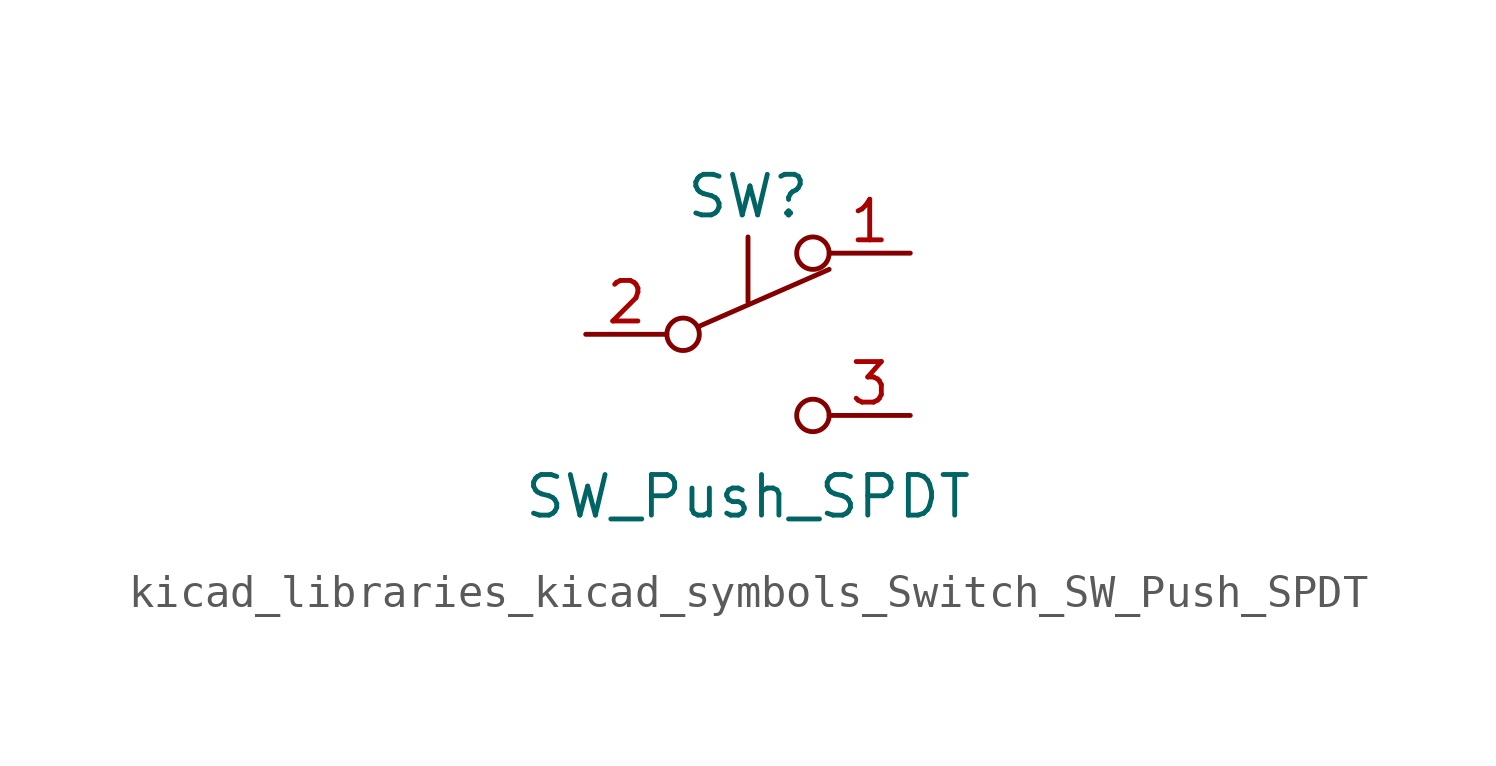
<source format=kicad_sym>
(kicad_symbol_lib
  (version 20220914)
  (generator kicad_symbol_editor)
  (symbol "kicad_libraries_kicad_symbols_Switch_SW_Push_SPDT"
    (pin_names
      (offset 0) hide)
    (property "Reference" "SW"
      (at 0 4.318 0)
      (effects (font (size 1.27 1.27))))
    (property "Value" "SW_Push_SPDT"
      (at 0 -5.08 0)
      (effects (font (size 1.27 1.27))))
    (symbol "kicad_libraries_kicad_symbols_Switch_SW_Push_SPDT_0_0"
      (circle (center -2.032 0) (radius 0.508) (stroke (width 0) (type default)) (fill (type none)))
      (polyline (pts (xy 0 1.016) (xy 0 3.048)) (stroke (width 0) (type default)) (fill (type none)))
      (circle (center 2.032 -2.54) (radius 0.508) (stroke (width 0) (type default)) (fill (type none))))
    (symbol "kicad_libraries_kicad_symbols_Switch_SW_Push_SPDT_0_1"
      (polyline (pts (xy -1.524 0.254) (xy 2.54 2.032)) (stroke (width 0) (type default)) (fill (type none)))
      (circle (center 2.032 2.54) (radius 0.508) (stroke (width 0) (type default)) (fill (type none))))
    (symbol "kicad_libraries_kicad_symbols_Switch_SW_Push_SPDT_1_1"
      (pin passive line (at 5.08 2.54 180) (length 2.54) (name "A" (effects (font (size 1.27 1.27)))) (number "1" (effects (font (size 1.27 1.27)))))
      (pin passive line (at -5.08 0 0) (length 2.54) (name "B" (effects (font (size 1.27 1.27)))) (number "2" (effects (font (size 1.27 1.27)))))
      (pin passive line (at 5.08 -2.54 180) (length 2.54) (name "C" (effects (font (size 1.27 1.27)))) (number "3" (effects (font (size 1.27 1.27))))))))
</source>
